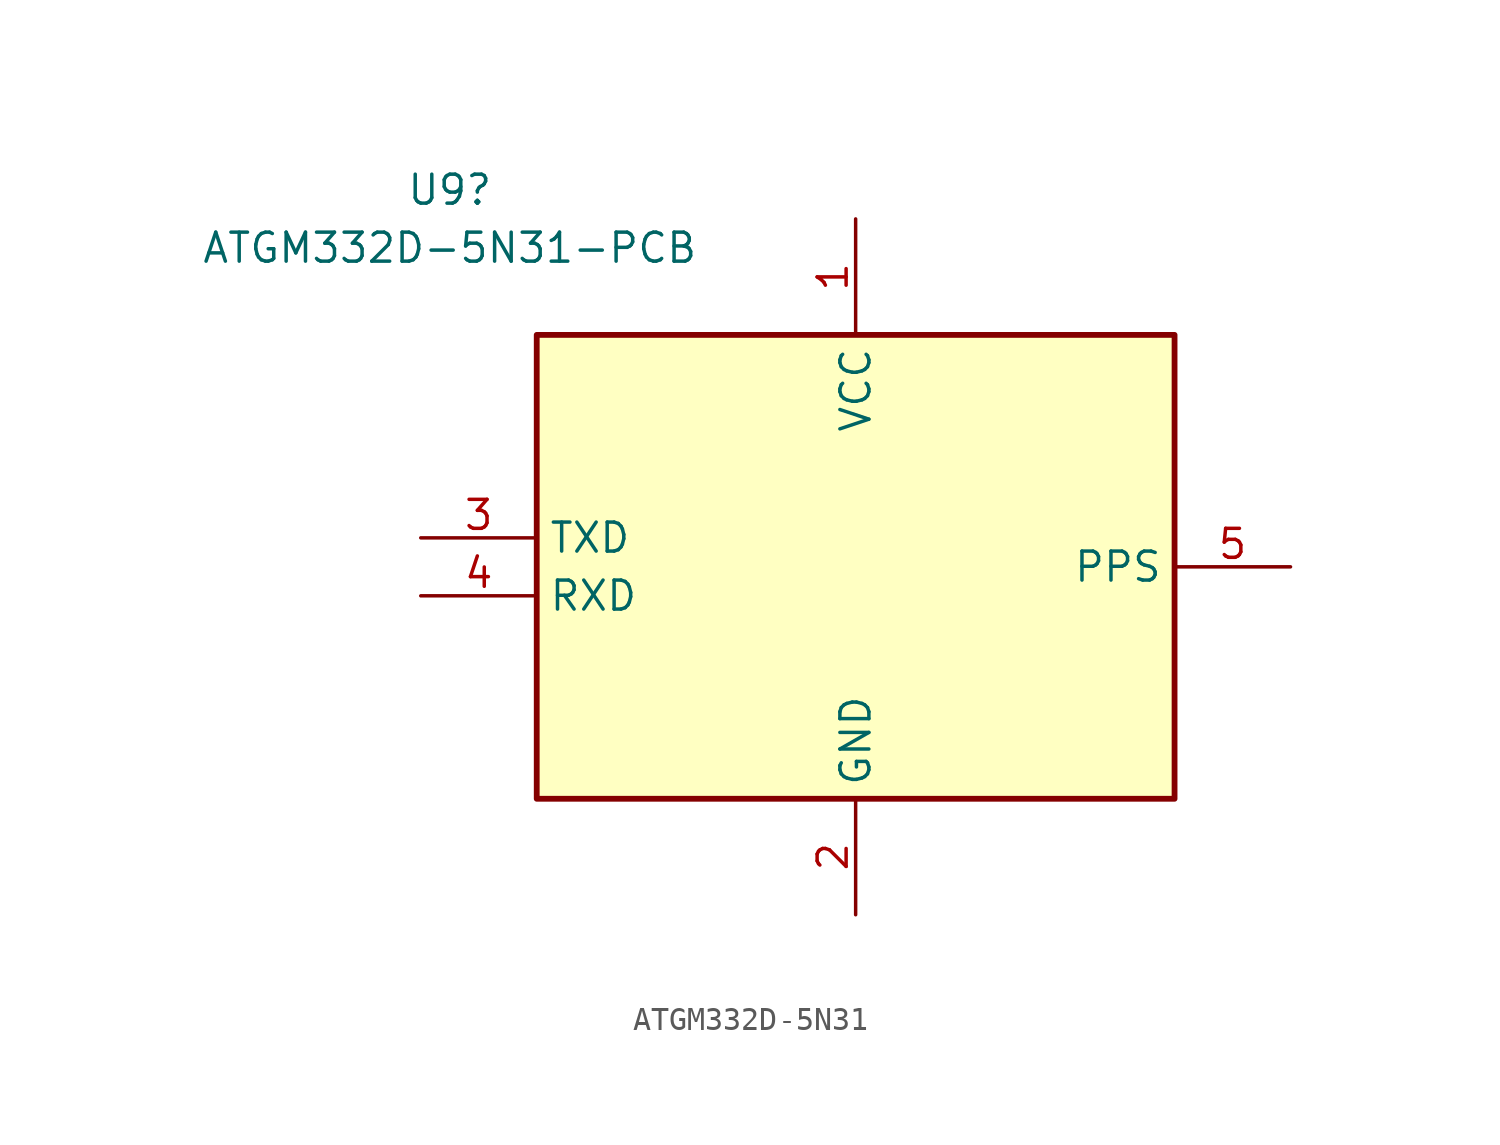
<source format=kicad_sym>
(kicad_symbol_lib
  (version 20220914)
  (generator kicad_symbol_editor)
  (symbol "ATGM332D-5N31"
    (property "Reference" "U9"
      (at 1.27 8.89 0)
      (effects (font (size 1.27 1.27))))
    (property "Value" "ATGM332D-5N31-PCB"
      (at 1.27 6.35 0)
      (effects (font (size 1.27 1.27))))
    (symbol "ATGM332D-5N31_1_1"
      (rectangle (start 5.08 2.54) (end 33.02 -17.78) (stroke (width 0.254) (type default)) (fill (type background)))
      (pin passive line (at 19.05 7.62 270) (length 5.08) (name "VCC" (effects (font (size 1.27 1.27)))) (number "1" (effects (font (size 1.27 1.27)))))
      (pin passive line (at 19.05 -22.86 90) (length 5.08) (name "GND" (effects (font (size 1.27 1.27)))) (number "2" (effects (font (size 1.27 1.27)))))
      (pin passive line (at 0 -6.35 0) (length 5.08) (name "TXD" (effects (font (size 1.27 1.27)))) (number "3" (effects (font (size 1.27 1.27)))))
      (pin passive line (at 0 -8.89 0) (length 5.08) (name "RXD" (effects (font (size 1.27 1.27)))) (number "4" (effects (font (size 1.27 1.27)))))
      (pin passive line (at 38.1 -7.62 180) (length 5.08) (name "PPS" (effects (font (size 1.27 1.27)))) (number "5" (effects (font (size 1.27 1.27))))))))
</source>
